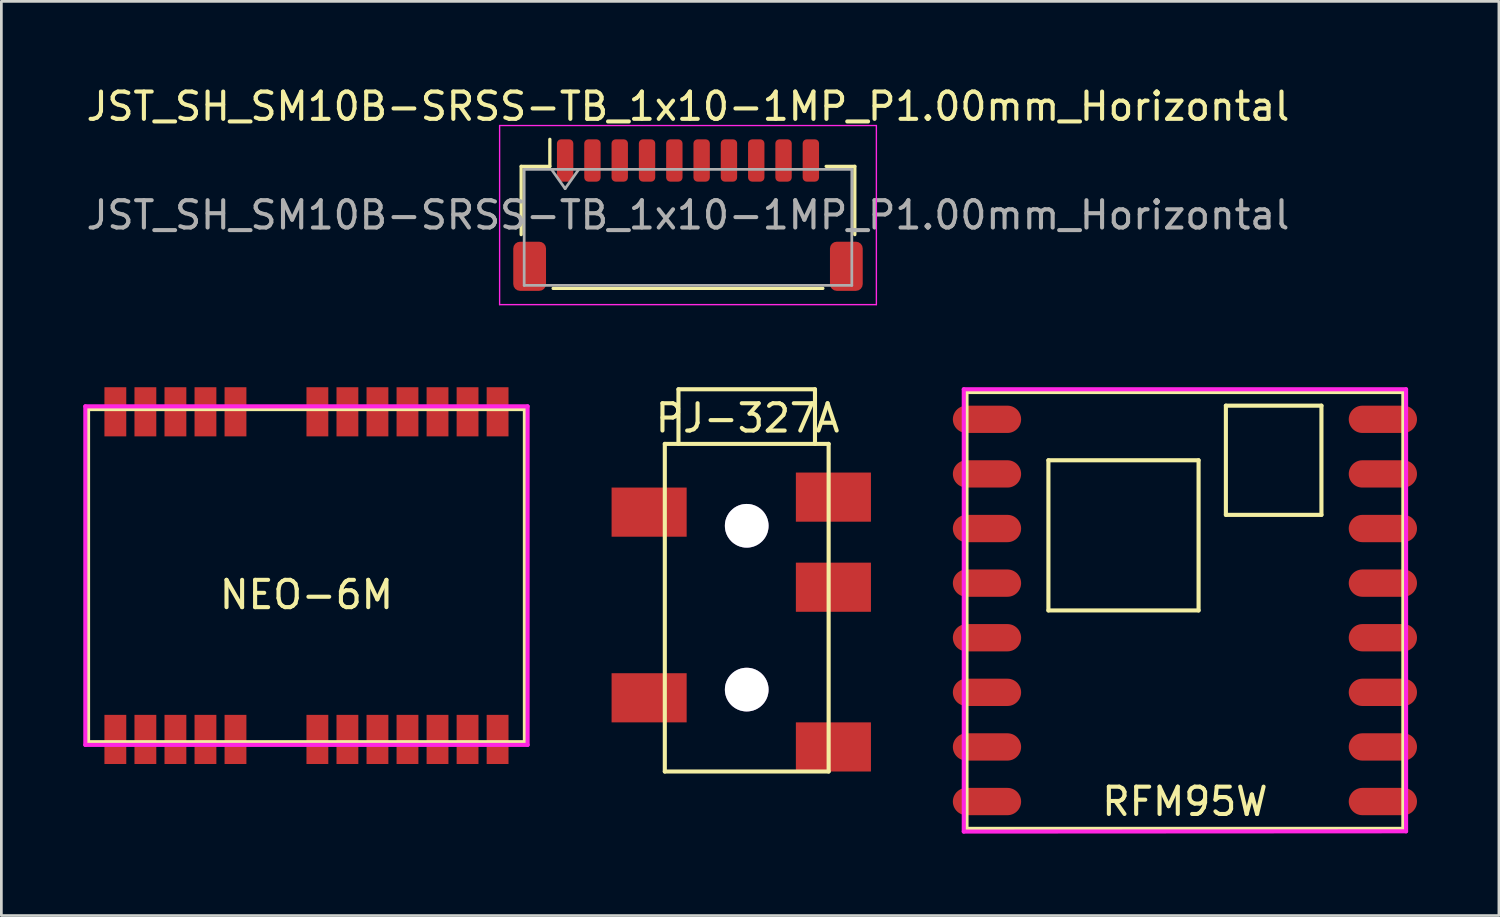
<source format=kicad_pcb>
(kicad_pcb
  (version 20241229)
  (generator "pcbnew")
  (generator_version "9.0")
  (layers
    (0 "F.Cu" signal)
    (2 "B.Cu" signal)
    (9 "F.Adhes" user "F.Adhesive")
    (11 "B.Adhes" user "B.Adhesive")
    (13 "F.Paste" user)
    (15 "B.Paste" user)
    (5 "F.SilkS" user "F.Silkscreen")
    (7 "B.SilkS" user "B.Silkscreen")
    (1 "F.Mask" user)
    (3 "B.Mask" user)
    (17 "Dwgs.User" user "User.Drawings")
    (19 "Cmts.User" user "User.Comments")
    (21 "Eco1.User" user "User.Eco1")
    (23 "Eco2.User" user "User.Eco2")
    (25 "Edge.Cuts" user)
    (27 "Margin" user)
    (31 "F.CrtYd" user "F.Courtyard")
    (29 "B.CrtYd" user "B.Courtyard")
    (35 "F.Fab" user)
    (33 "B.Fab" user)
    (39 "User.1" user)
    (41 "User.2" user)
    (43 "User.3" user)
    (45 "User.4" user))
  (footprint "PJ-327A"
    (layer "F.Cu")
    (at 24.333 19.164)
    (property "Reference" "PJ-327A" (at 0 -6.9 0) (layer "F.SilkS") (effects (font (size 1 1) (thickness 0.15))))
    (attr through_hole)
    (fp_line (start -3.033 -5.956) (end 2.967 -5.956) (stroke (width 0.15) (type solid)) (layer "F.SilkS"))
    (fp_line (start -3.033 6.044) (end -3.033 -5.956) (stroke (width 0.15) (type solid)) (layer "F.SilkS"))
    (fp_line (start -2.533 -5.956) (end -2.533 -7.956) (stroke (width 0.15) (type solid)) (layer "F.SilkS"))
    (fp_line (start 2.467 -7.956) (end -2.533 -7.956) (stroke (width 0.15) (type solid)) (layer "F.SilkS"))
    (fp_line (start 2.467 -5.956) (end 2.467 -7.956) (stroke (width 0.15) (type solid)) (layer "F.SilkS"))
    (fp_line (start 2.967 -5.956) (end 2.967 6.044) (stroke (width 0.15) (type solid)) (layer "F.SilkS"))
    (fp_line (start 2.967 6.044) (end -3.033 6.044) (stroke (width 0.15) (type solid)) (layer "F.SilkS"))
    (pad "" thru_hole circle (at -0.033 -2.956 270) (size 1.6 1.6) (drill 1.6) (layers "*.Cu"))
    (pad "" thru_hole circle (at -0.033 3.044 270) (size 1.6 1.6) (drill 1.6) (layers "*.Cu"))
    (pad "1" smd rect (at 3.142 -4.006 270) (size 1.8 2.75) (layers "F.Cu" "F.Mask" "F.Paste"))
    (pad "2" smd rect (at -3.608 3.344 270) (size 1.8 2.75) (layers "F.Cu" "F.Mask" "F.Paste"))
    (pad "3" smd rect (at 3.142 -0.706 270) (size 1.8 2.75) (layers "F.Cu" "F.Mask" "F.Paste"))
    (pad "4" smd rect (at -3.608 -3.456 270) (size 1.8 2.75) (layers "F.Cu" "F.Mask" "F.Paste"))
    (pad "5" smd rect (at 3.142 5.144 270) (size 1.8 2.75) (layers "F.Cu" "F.Mask" "F.Paste")))
  (footprint "RFM95W"
    (layer "F.Cu")
    (at 40.35 19.308)
    (property "Reference" "RFM95W" (at 0 7 0) (layer "F.SilkS") (effects (font (size 1 1) (thickness 0.15))))
    (attr smd)
    (fp_line (start -8 -8) (end 8 -8) (stroke (width 0.15) (type solid)) (layer "F.SilkS"))
    (fp_line (start -8 8) (end -8 -8) (stroke (width 0.15) (type solid)) (layer "F.SilkS"))
    (fp_line (start -5 -5.5) (end 0.5 -5.5) (stroke (width 0.15) (type solid)) (layer "F.SilkS"))
    (fp_line (start -5 0) (end -5 -5.5) (stroke (width 0.15) (type solid)) (layer "F.SilkS"))
    (fp_line (start 0.5 -5.5) (end 0.5 0) (stroke (width 0.15) (type solid)) (layer "F.SilkS"))
    (fp_line (start 0.5 0) (end -5 0) (stroke (width 0.15) (type solid)) (layer "F.SilkS"))
    (fp_line (start 1.5 -7.5) (end 5 -7.5) (stroke (width 0.15) (type solid)) (layer "F.SilkS"))
    (fp_line (start 1.5 -3.5) (end 1.5 -7.5) (stroke (width 0.15) (type solid)) (layer "F.SilkS"))
    (fp_line (start 5 -7.5) (end 5 -3.5) (stroke (width 0.15) (type solid)) (layer "F.SilkS"))
    (fp_line (start 5 -3.5) (end 1.5 -3.5) (stroke (width 0.15) (type solid)) (layer "F.SilkS"))
    (fp_line (start 8 -8) (end 8 8) (stroke (width 0.15) (type solid)) (layer "F.SilkS"))
    (fp_line (start 8 8) (end -8 8) (stroke (width 0.15) (type solid)) (layer "F.SilkS"))
    (fp_line (start -8.1 -8.1) (end -8.1 8.1) (stroke (width 0.15) (type solid)) (layer "F.CrtYd"))
    (fp_line (start -8.1 8.1) (end 8.1 8.09) (stroke (width 0.15) (type solid)) (layer "F.CrtYd"))
    (fp_line (start 8.1 -8.1) (end -8.1 -8.1) (stroke (width 0.15) (type solid)) (layer "F.CrtYd"))
    (fp_line (start 8.1 8.09) (end 8.1 -8.1) (stroke (width 0.15) (type solid)) (layer "F.CrtYd"))
    (pad "1" smd oval (at -7.25 -7) (size 2.5 1) (layers "F.Cu" "F.Mask" "F.Paste"))
    (pad "2" smd oval (at -7.25 -5) (size 2.5 1) (layers "F.Cu" "F.Mask" "F.Paste"))
    (pad "3" smd oval (at -7.25 -3) (size 2.5 1) (layers "F.Cu" "F.Mask" "F.Paste"))
    (pad "4" smd oval (at -7.25 -1) (size 2.5 1) (layers "F.Cu" "F.Mask" "F.Paste"))
    (pad "5" smd oval (at -7.25 1) (size 2.5 1) (layers "F.Cu" "F.Mask" "F.Paste"))
    (pad "6" smd oval (at -7.25 3) (size 2.5 1) (layers "F.Cu" "F.Mask" "F.Paste"))
    (pad "7" smd oval (at -7.25 5) (size 2.5 1) (layers "F.Cu" "F.Mask" "F.Paste"))
    (pad "8" smd oval (at -7.25 7) (size 2.5 1) (layers "F.Cu" "F.Mask" "F.Paste"))
    (pad "9" smd oval (at 7.25 7) (size 2.5 1) (layers "F.Cu" "F.Mask" "F.Paste"))
    (pad "10" smd oval (at 7.25 5) (size 2.5 1) (layers "F.Cu" "F.Mask" "F.Paste"))
    (pad "11" smd oval (at 7.25 3) (size 2.5 1) (layers "F.Cu" "F.Mask" "F.Paste"))
    (pad "12" smd oval (at 7.25 1) (size 2.5 1) (layers "F.Cu" "F.Mask" "F.Paste"))
    (pad "13" smd oval (at 7.25 -1) (size 2.5 1) (layers "F.Cu" "F.Mask" "F.Paste"))
    (pad "14" smd oval (at 7.25 -3) (size 2.5 1) (layers "F.Cu" "F.Mask" "F.Paste"))
    (pad "15" smd oval (at 7.25 -5) (size 2.5 1) (layers "F.Cu" "F.Mask" "F.Paste"))
    (pad "16" smd oval (at 7.25 -7) (size 2.5 1) (layers "F.Cu" "F.Mask" "F.Paste")))
  (footprint "JST_SH_SM10B-SRSS-TB_1x10-1MP_P1.00mm_Horizontal"
    (layer "F.Cu")
    (at 22.149 4.828)
    (property "Reference" "JST_SH_SM10B-SRSS-TB_1x10-1MP_P1.00mm_Horizontal" (at 0 -3.98 0) (layer "F.SilkS") (effects (font (size 1 1) (thickness 0.15))))
    (attr smd)
    (fp_line (start -6.11 -1.785) (end -5.06 -1.785) (stroke (width 0.12) (type solid)) (layer "F.SilkS"))
    (fp_line (start -6.11 0.715) (end -6.11 -1.785) (stroke (width 0.12) (type solid)) (layer "F.SilkS"))
    (fp_line (start -5.06 -1.785) (end -5.06 -2.775) (stroke (width 0.12) (type solid)) (layer "F.SilkS"))
    (fp_line (start -4.94 2.685) (end 4.94 2.685) (stroke (width 0.12) (type solid)) (layer "F.SilkS"))
    (fp_line (start 6.11 -1.785) (end 5.06 -1.785) (stroke (width 0.12) (type solid)) (layer "F.SilkS"))
    (fp_line (start 6.11 0.715) (end 6.11 -1.785) (stroke (width 0.12) (type solid)) (layer "F.SilkS"))
    (fp_line (start -6.9 -3.28) (end -6.9 3.28) (stroke (width 0.05) (type solid)) (layer "F.CrtYd"))
    (fp_line (start -6.9 3.28) (end 6.9 3.28) (stroke (width 0.05) (type solid)) (layer "F.CrtYd"))
    (fp_line (start 6.9 -3.28) (end -6.9 -3.28) (stroke (width 0.05) (type solid)) (layer "F.CrtYd"))
    (fp_line (start 6.9 3.28) (end 6.9 -3.28) (stroke (width 0.05) (type solid)) (layer "F.CrtYd"))
    (fp_line (start -6 -1.675) (end -6 2.575) (stroke (width 0.1) (type solid)) (layer "F.Fab"))
    (fp_line (start -6 -1.675) (end 6 -1.675) (stroke (width 0.1) (type solid)) (layer "F.Fab"))
    (fp_line (start -6 2.575) (end 6 2.575) (stroke (width 0.1) (type solid)) (layer "F.Fab"))
    (fp_line (start -5 -1.675) (end -4.5 -0.968) (stroke (width 0.1) (type solid)) (layer "F.Fab"))
    (fp_line (start -4.5 -0.968) (end -4 -1.675) (stroke (width 0.1) (type solid)) (layer "F.Fab"))
    (fp_line (start 6 -1.675) (end 6 2.575) (stroke (width 0.1) (type solid)) (layer "F.Fab"))
    (fp_text user "${REFERENCE}" (at 0 0 0) (layer "F.Fab") (effects (font (size 1 1) (thickness 0.15))))
    (pad "1" smd roundrect (at -4.5 -2) (size 0.6 1.55) (layers "F.Cu" "F.Mask" "F.Paste") (roundrect_rratio 0.25))
    (pad "2" smd roundrect (at -3.5 -2) (size 0.6 1.55) (layers "F.Cu" "F.Mask" "F.Paste") (roundrect_rratio 0.25))
    (pad "3" smd roundrect (at -2.5 -2) (size 0.6 1.55) (layers "F.Cu" "F.Mask" "F.Paste") (roundrect_rratio 0.25))
    (pad "4" smd roundrect (at -1.5 -2) (size 0.6 1.55) (layers "F.Cu" "F.Mask" "F.Paste") (roundrect_rratio 0.25))
    (pad "5" smd roundrect (at -0.5 -2) (size 0.6 1.55) (layers "F.Cu" "F.Mask" "F.Paste") (roundrect_rratio 0.25))
    (pad "6" smd roundrect (at 0.5 -2) (size 0.6 1.55) (layers "F.Cu" "F.Mask" "F.Paste") (roundrect_rratio 0.25))
    (pad "7" smd roundrect (at 1.5 -2) (size 0.6 1.55) (layers "F.Cu" "F.Mask" "F.Paste") (roundrect_rratio 0.25))
    (pad "8" smd roundrect (at 2.5 -2) (size 0.6 1.55) (layers "F.Cu" "F.Mask" "F.Paste") (roundrect_rratio 0.25))
    (pad "9" smd roundrect (at 3.5 -2) (size 0.6 1.55) (layers "F.Cu" "F.Mask" "F.Paste") (roundrect_rratio 0.25))
    (pad "10" smd roundrect (at 4.5 -2) (size 0.6 1.55) (layers "F.Cu" "F.Mask" "F.Paste") (roundrect_rratio 0.25))
    (pad "MP" smd roundrect (at -5.8 1.875) (size 1.2 1.8) (layers "F.Cu" "F.Mask" "F.Paste") (roundrect_rratio 0.208))
    (pad "MP" smd roundrect (at 5.8 1.875) (size 1.2 1.8) (layers "F.Cu" "F.Mask" "F.Paste") (roundrect_rratio 0.208)))
  (footprint "NEO-6M"
    (layer "F.Cu")
    (at 8.175 18.033)
    (property "Reference" "NEO-6M" (at 0 0.7 0) (layer "F.SilkS") (effects (font (size 1 1) (thickness 0.15))))
    (attr through_hole)
    (fp_line (start -8 -6.1) (end 8 -6.1) (stroke (width 0.15) (type solid)) (layer "F.SilkS"))
    (fp_line (start -8 6.1) (end -8 -6.1) (stroke (width 0.15) (type solid)) (layer "F.SilkS"))
    (fp_line (start 8 -6.1) (end 8 6.1) (stroke (width 0.15) (type solid)) (layer "F.SilkS"))
    (fp_line (start 8 6.1) (end -8 6.1) (stroke (width 0.15) (type solid)) (layer "F.SilkS"))
    (fp_line (start -8.1 -6.2) (end 8.1 -6.2) (stroke (width 0.15) (type solid)) (layer "F.CrtYd"))
    (fp_line (start -8.1 6.2) (end -8.1 -6.2) (stroke (width 0.15) (type solid)) (layer "F.CrtYd"))
    (fp_line (start 8.1 -6.2) (end 8.1 6.2) (stroke (width 0.15) (type solid)) (layer "F.CrtYd"))
    (fp_line (start 8.1 6.2) (end -8.1 6.2) (stroke (width 0.15) (type solid)) (layer "F.CrtYd"))
    (pad "1" smd rect (at 7 -6) (size 0.8 1.8) (layers "F.Cu" "F.Mask" "F.Paste"))
    (pad "2" smd rect (at 5.9 -6) (size 0.8 1.8) (layers "F.Cu" "F.Mask" "F.Paste"))
    (pad "3" smd rect (at 4.8 -6) (size 0.8 1.8) (layers "F.Cu" "F.Mask" "F.Paste"))
    (pad "4" smd rect (at 3.7 -6) (size 0.8 1.8) (layers "F.Cu" "F.Mask" "F.Paste"))
    (pad "5" smd rect (at 2.6 -6) (size 0.8 1.8) (layers "F.Cu" "F.Mask" "F.Paste"))
    (pad "6" smd rect (at 1.5 -6) (size 0.8 1.8) (layers "F.Cu" "F.Mask" "F.Paste"))
    (pad "7" smd rect (at 0.4 -6) (size 0.8 1.8) (layers "F.Cu" "F.Mask" "F.Paste"))
    (pad "8" smd rect (at -2.6 -6) (size 0.8 1.8) (layers "F.Cu" "F.Mask" "F.Paste"))
    (pad "9" smd rect (at -3.7 -6) (size 0.8 1.8) (layers "F.Cu" "F.Mask" "F.Paste"))
    (pad "10" smd rect (at -4.8 -6) (size 0.8 1.8) (layers "F.Cu" "F.Mask" "F.Paste"))
    (pad "11" smd rect (at -5.9 -6) (size 0.8 1.8) (layers "F.Cu" "F.Mask" "F.Paste"))
    (pad "12" smd rect (at -7 -6) (size 0.8 1.8) (layers "F.Cu" "F.Mask" "F.Paste"))
    (pad "13" smd rect (at -7 6) (size 0.8 1.8) (layers "F.Cu" "F.Mask" "F.Paste"))
    (pad "14" smd rect (at -5.9 6) (size 0.8 1.8) (layers "F.Cu" "F.Mask" "F.Paste"))
    (pad "15" smd rect (at -4.8 6) (size 0.8 1.8) (layers "F.Cu" "F.Mask" "F.Paste"))
    (pad "16" smd rect (at -3.7 6) (size 0.8 1.8) (layers "F.Cu" "F.Mask" "F.Paste"))
    (pad "17" smd rect (at -2.6 6) (size 0.8 1.8) (layers "F.Cu" "F.Mask" "F.Paste"))
    (pad "18" smd rect (at 0.4 6) (size 0.8 1.8) (layers "F.Cu" "F.Mask" "F.Paste"))
    (pad "19" smd rect (at 1.5 6) (size 0.8 1.8) (layers "F.Cu" "F.Mask" "F.Paste"))
    (pad "20" smd rect (at 2.6 6) (size 0.8 1.8) (layers "F.Cu" "F.Mask" "F.Paste"))
    (pad "21" smd rect (at 3.7 6) (size 0.8 1.8) (layers "F.Cu" "F.Mask" "F.Paste"))
    (pad "22" smd rect (at 4.8 6) (size 0.8 1.8) (layers "F.Cu" "F.Mask" "F.Paste"))
    (pad "23" smd rect (at 5.9 6) (size 0.8 1.8) (layers "F.Cu" "F.Mask" "F.Paste"))
    (pad "24" smd rect (at 7 6) (size 0.8 1.8) (layers "F.Cu" "F.Mask" "F.Paste")))
  (gr_rect
    (start -3 -3)
    (end 51.85 30.483)
    (stroke (width 0.1) (type default))
    (fill no)
    (layer "Edge.Cuts")))
</source>
